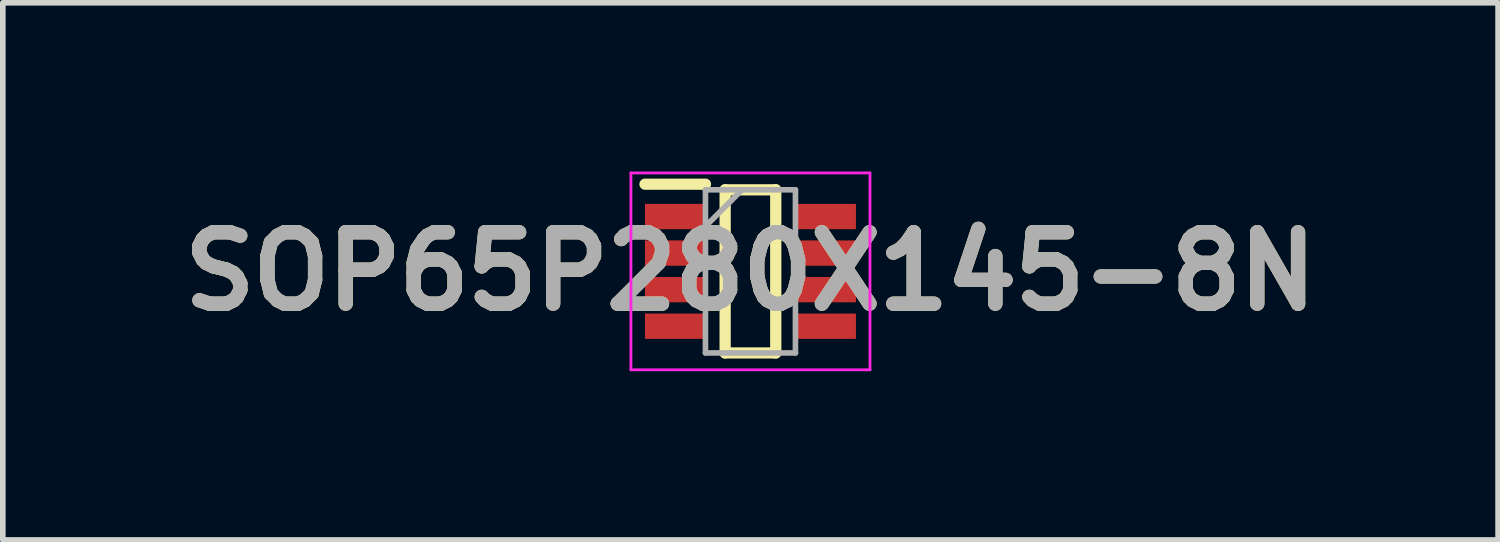
<source format=kicad_pcb>
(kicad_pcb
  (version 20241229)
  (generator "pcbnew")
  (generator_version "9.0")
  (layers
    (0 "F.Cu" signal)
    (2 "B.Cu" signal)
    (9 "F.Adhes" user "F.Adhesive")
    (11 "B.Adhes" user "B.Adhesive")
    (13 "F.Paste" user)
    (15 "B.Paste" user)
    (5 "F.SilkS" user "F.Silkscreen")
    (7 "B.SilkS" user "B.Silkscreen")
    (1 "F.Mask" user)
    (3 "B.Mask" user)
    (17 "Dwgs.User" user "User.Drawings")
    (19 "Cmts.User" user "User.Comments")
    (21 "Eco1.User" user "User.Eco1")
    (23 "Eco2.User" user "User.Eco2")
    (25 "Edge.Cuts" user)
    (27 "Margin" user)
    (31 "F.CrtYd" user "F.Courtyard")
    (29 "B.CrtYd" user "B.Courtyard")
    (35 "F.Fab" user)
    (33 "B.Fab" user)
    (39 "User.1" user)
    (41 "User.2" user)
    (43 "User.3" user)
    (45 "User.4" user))
  (footprint "SOP65P280X145-8N"
    (layer "F.Cu")
    (at 10.293 1.775)
    (property "Reference" "SOP65P280X145-8N" (at 0 0 0) (layer "F.SilkS") (effects (font (size 1.27 1.27) (thickness 0.254))))
    (attr smd)
    (fp_line (start -1.875 -1.55) (end -0.8 -1.55) (stroke (width 0.2) (type solid)) (layer "F.SilkS"))
    (fp_line (start -0.45 -1.45) (end 0.45 -1.45) (stroke (width 0.2) (type solid)) (layer "F.SilkS"))
    (fp_line (start -0.45 1.45) (end -0.45 -1.45) (stroke (width 0.2) (type solid)) (layer "F.SilkS"))
    (fp_line (start 0.45 -1.45) (end 0.45 1.45) (stroke (width 0.2) (type solid)) (layer "F.SilkS"))
    (fp_line (start 0.45 1.45) (end -0.45 1.45) (stroke (width 0.2) (type solid)) (layer "F.SilkS"))
    (fp_line (start -2.125 -1.75) (end 2.125 -1.75) (stroke (width 0.05) (type solid)) (layer "F.CrtYd"))
    (fp_line (start -2.125 1.75) (end -2.125 -1.75) (stroke (width 0.05) (type solid)) (layer "F.CrtYd"))
    (fp_line (start 2.125 -1.75) (end 2.125 1.75) (stroke (width 0.05) (type solid)) (layer "F.CrtYd"))
    (fp_line (start 2.125 1.75) (end -2.125 1.75) (stroke (width 0.05) (type solid)) (layer "F.CrtYd"))
    (fp_line (start -0.8 -1.45) (end 0.8 -1.45) (stroke (width 0.1) (type solid)) (layer "F.Fab"))
    (fp_line (start -0.8 -0.8) (end -0.15 -1.45) (stroke (width 0.1) (type solid)) (layer "F.Fab"))
    (fp_line (start -0.8 1.45) (end -0.8 -1.45) (stroke (width 0.1) (type solid)) (layer "F.Fab"))
    (fp_line (start 0.8 -1.45) (end 0.8 1.45) (stroke (width 0.1) (type solid)) (layer "F.Fab"))
    (fp_line (start 0.8 1.45) (end -0.8 1.45) (stroke (width 0.1) (type solid)) (layer "F.Fab"))
    (fp_text user "${REFERENCE}" (at 0 0 0) (layer "F.Fab") (effects (font (size 1.27 1.27) (thickness 0.254))))
    (pad "1" smd rect (at -1.338 -0.975 90) (size 0.45 1.075) (layers "F.Cu" "F.Mask" "F.Paste"))
    (pad "2" smd rect (at -1.338 -0.325 90) (size 0.45 1.075) (layers "F.Cu" "F.Mask" "F.Paste"))
    (pad "3" smd rect (at -1.338 0.325 90) (size 0.45 1.075) (layers "F.Cu" "F.Mask" "F.Paste"))
    (pad "4" smd rect (at -1.338 0.975 90) (size 0.45 1.075) (layers "F.Cu" "F.Mask" "F.Paste"))
    (pad "5" smd rect (at 1.338 0.975 90) (size 0.45 1.075) (layers "F.Cu" "F.Mask" "F.Paste"))
    (pad "6" smd rect (at 1.338 0.325 90) (size 0.45 1.075) (layers "F.Cu" "F.Mask" "F.Paste"))
    (pad "7" smd rect (at 1.338 -0.325 90) (size 0.45 1.075) (layers "F.Cu" "F.Mask" "F.Paste"))
    (pad "8" smd rect (at 1.338 -0.975 90) (size 0.45 1.075) (layers "F.Cu" "F.Mask" "F.Paste")))
  (gr_rect
    (start -3 -3)
    (end 23.586 6.55)
    (stroke (width 0.1) (type default))
    (fill no)
    (layer "Edge.Cuts")))
</source>
